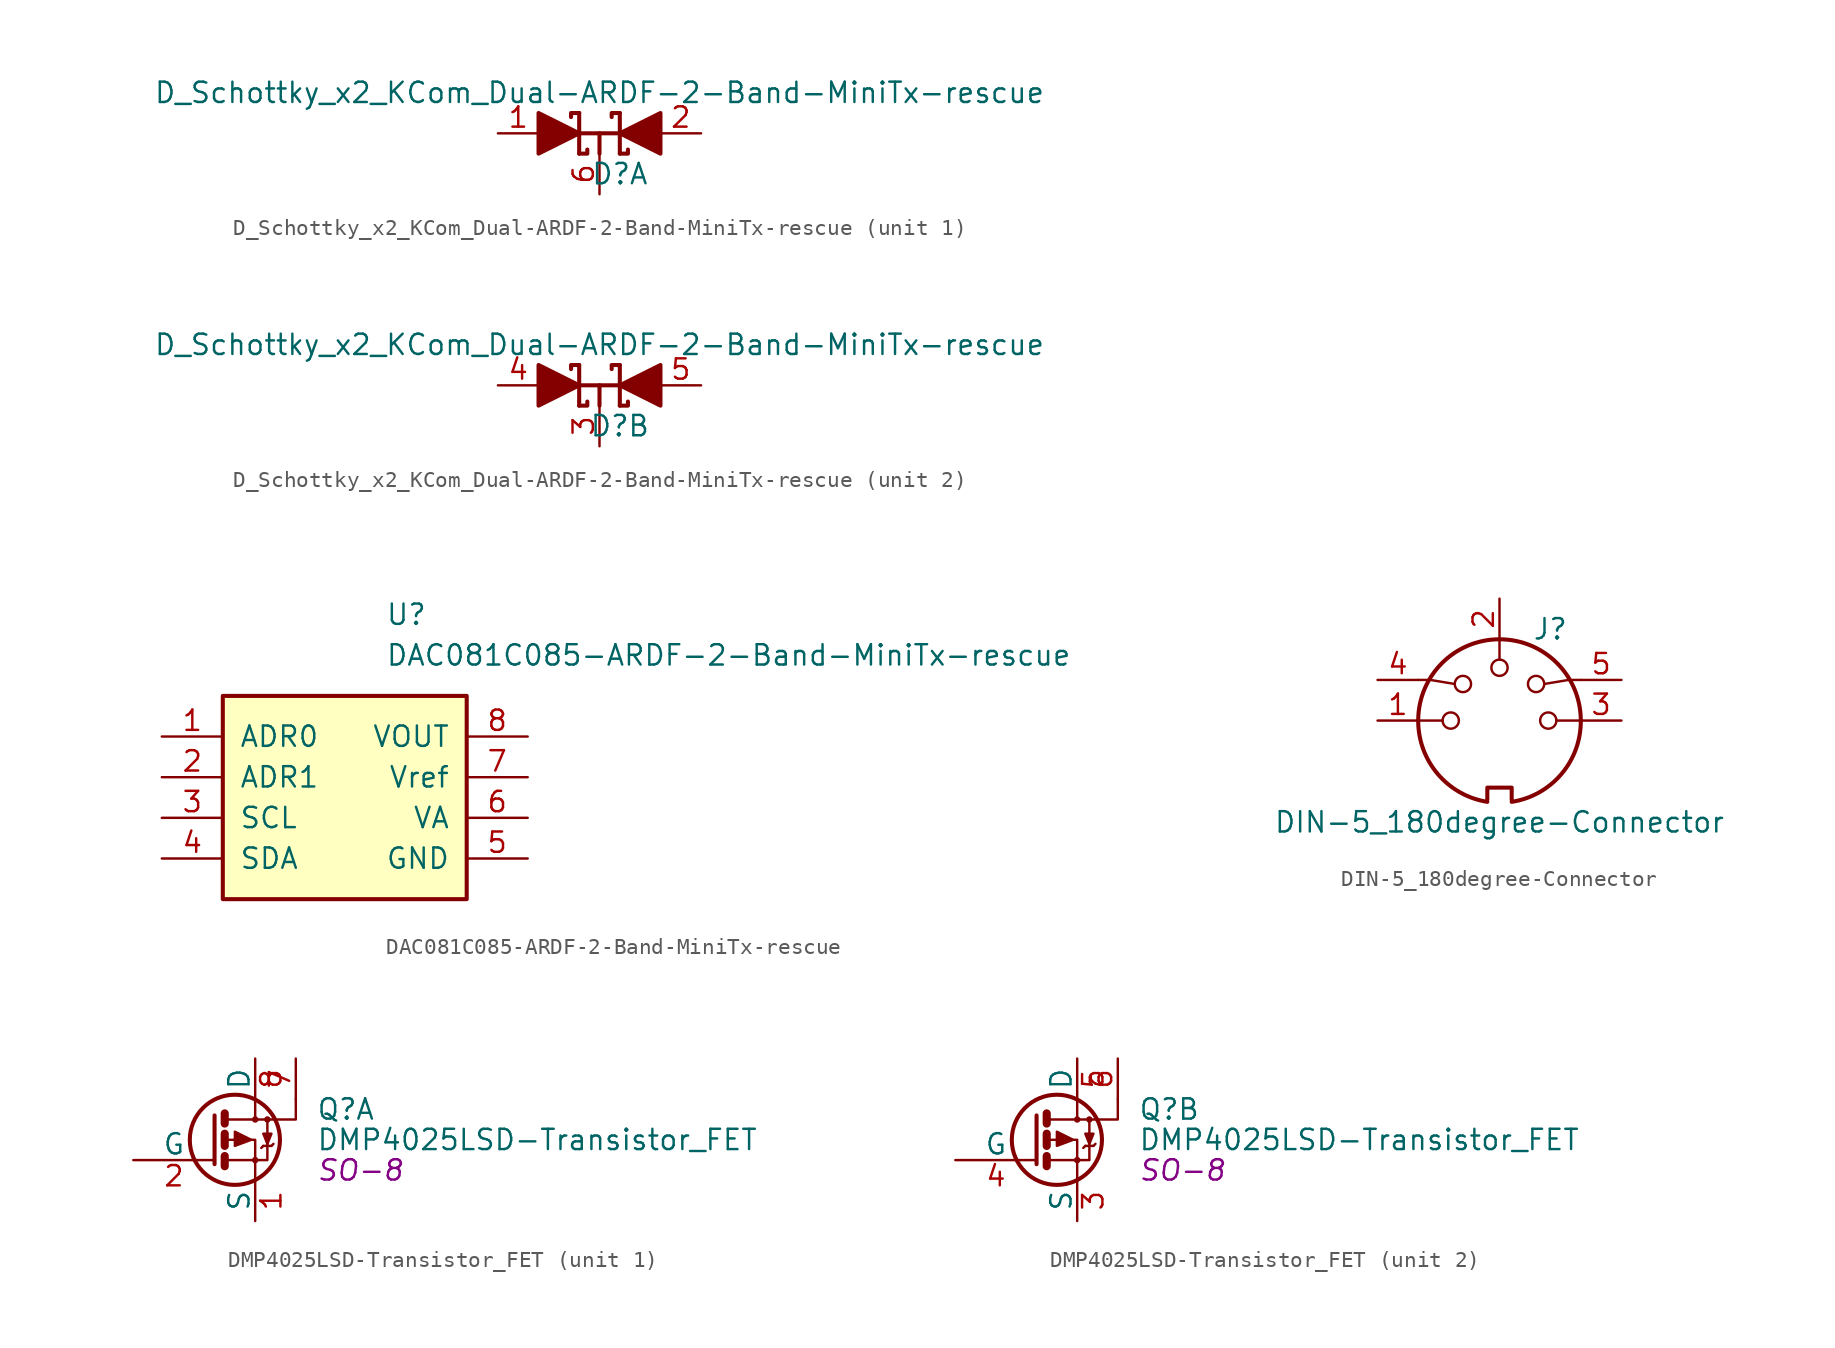
<source format=kicad_sym>
(kicad_symbol_lib
  (version 20211014)
  (generator kicad_symbol_editor)
  (symbol "D_Schottky_x2_KCom_Dual-ARDF-2-Band-MiniTx-rescue"
    (pin_names
      (offset 0.762) hide)
    (property "Reference" "D"
      (at 1.27 -2.54 0)
      (effects (font (size 1.27 1.27))))
    (property "Value" "D_Schottky_x2_KCom_Dual-ARDF-2-Band-MiniTx-rescue"
      (at 0 2.54 0)
      (effects (font (size 1.27 1.27))))
    (property "Footprint" ""
      (at 0 0 0)
      (effects (font (size 1.27 1.27))))
    (property "Datasheet" ""
      (at 0 0 0)
      (effects (font (size 1.27 1.27))))
    (property "ki_locked" ""
      (at 0 0 0)
      (effects (font (size 1.27 1.27))))
    (symbol "D_Schottky_x2_KCom_Dual-ARDF-2-Band-MiniTx-rescue_0_1"
      (polyline (pts (xy 0 -1.27) (xy 0 0)) (stroke (width 0.254) (type default) (color 0 0 0 0)) (fill (type none)))
      (polyline (pts (xy -1.27 -1.27) (xy -1.27 1.27) (xy -1.27 1.27)) (stroke (width 0.254) (type default) (color 0 0 0 0)) (fill (type none)))
      (polyline (pts (xy -1.27 0) (xy 1.27 0) (xy 1.27 0)) (stroke (width 0.254) (type default) (color 0 0 0 0)) (fill (type none)))
      (polyline (pts (xy 1.27 -1.27) (xy 1.27 1.27) (xy 1.27 1.27)) (stroke (width 0.254) (type default) (color 0 0 0 0)) (fill (type none)))
      (polyline (pts (xy -1.27 -1.27) (xy -0.762 -1.27) (xy -0.762 -1.016) (xy -0.762 -1.016)) (stroke (width 0.254) (type default) (color 0 0 0 0)) (fill (type none)))
      (polyline (pts (xy 1.27 -1.27) (xy 1.778 -1.27) (xy 1.778 -1.016) (xy 1.778 -1.016)) (stroke (width 0.254) (type default) (color 0 0 0 0)) (fill (type none)))
      (polyline (pts (xy 1.27 1.27) (xy 0.762 1.27) (xy 0.762 1.016) (xy 0.762 1.016)) (stroke (width 0.254) (type default) (color 0 0 0 0)) (fill (type none)))
      (polyline (pts (xy -1.778 1.016) (xy -1.778 1.27) (xy -1.27 1.27) (xy -1.27 1.27) (xy -1.27 1.27)) (stroke (width 0.254) (type default) (color 0 0 0 0)) (fill (type none)))
      (polyline (pts (xy -3.81 1.27) (xy -1.27 0) (xy -3.81 -1.27) (xy -3.81 1.27) (xy -3.81 1.27) (xy -3.81 1.27)) (stroke (width 0.254) (type default) (color 0 0 0 0)) (fill (type outline)))
      (polyline (pts (xy 3.81 -1.27) (xy 1.27 0) (xy 3.81 1.27) (xy 3.81 -1.27) (xy 3.81 -1.27) (xy 3.81 -1.27)) (stroke (width 0.254) (type default) (color 0 0 0 0)) (fill (type outline))))
    (symbol "D_Schottky_x2_KCom_Dual-ARDF-2-Band-MiniTx-rescue_1_1"
      (pin passive line (at -6.35 0 0) (length 2.54) (name "A2" (effects (font (size 1.27 1.27)))) (number "1" (effects (font (size 1.27 1.27)))))
      (pin passive line (at 6.35 0 180) (length 2.54) (name "A2" (effects (font (size 1.27 1.27)))) (number "2" (effects (font (size 1.27 1.27)))))
      (pin passive line (at 0 -3.81 90) (length 2.54) (name "C2" (effects (font (size 1.27 1.27)))) (number "6" (effects (font (size 1.27 1.27))))))
    (symbol "D_Schottky_x2_KCom_Dual-ARDF-2-Band-MiniTx-rescue_2_1"
      (pin passive line (at 0 -3.81 90) (length 2.54) (name "C1" (effects (font (size 1.27 1.27)))) (number "3" (effects (font (size 1.27 1.27)))))
      (pin passive line (at -6.35 0 0) (length 2.54) (name "A1" (effects (font (size 1.27 1.27)))) (number "4" (effects (font (size 1.27 1.27)))))
      (pin passive line (at 6.35 0 180) (length 2.54) (name "A1" (effects (font (size 1.27 1.27)))) (number "5" (effects (font (size 1.27 1.27)))))))
  (symbol "DAC081C085-ARDF-2-Band-MiniTx-rescue"
    (pin_names
      (offset 1.016))
    (property "Reference" "U"
      (at 3.81 11.43 0)
      (effects (font (size 1.27 1.27)) (justify left)))
    (property "Value" "DAC081C085-ARDF-2-Band-MiniTx-rescue"
      (at 3.81 8.89 0)
      (effects (font (size 1.27 1.27)) (justify left)))
    (property "Footprint" ""
      (at 0 0 0)
      (effects (font (size 1.27 1.27) italic)))
    (property "Datasheet" ""
      (at 0 0 0)
      (effects (font (size 1.27 1.27))))
    (symbol "DAC081C085-ARDF-2-Band-MiniTx-rescue_0_1"
      (rectangle (start -6.35 -6.35) (end 8.89 6.35) (stroke (width 0.254) (type default) (color 0 0 0 0)) (fill (type background))))
    (symbol "DAC081C085-ARDF-2-Band-MiniTx-rescue_1_1"
      (pin input line (at -10.16 3.81 0) (length 3.81) (name "ADR0" (effects (font (size 1.27 1.27)))) (number "1" (effects (font (size 1.27 1.27)))))
      (pin input line (at -10.16 1.27 0) (length 3.81) (name "ADR1" (effects (font (size 1.27 1.27)))) (number "2" (effects (font (size 1.27 1.27)))))
      (pin input line (at -10.16 -1.27 0) (length 3.81) (name "SCL" (effects (font (size 1.27 1.27)))) (number "3" (effects (font (size 1.27 1.27)))))
      (pin input line (at -10.16 -3.81 0) (length 3.81) (name "SDA" (effects (font (size 1.27 1.27)))) (number "4" (effects (font (size 1.27 1.27)))))
      (pin power_in line (at 12.7 -3.81 180) (length 3.81) (name "GND" (effects (font (size 1.27 1.27)))) (number "5" (effects (font (size 1.27 1.27)))))
      (pin input line (at 12.7 -1.27 180) (length 3.81) (name "VA" (effects (font (size 1.27 1.27)))) (number "6" (effects (font (size 1.27 1.27)))))
      (pin input line (at 12.7 1.27 180) (length 3.81) (name "Vref" (effects (font (size 1.27 1.27)))) (number "7" (effects (font (size 1.27 1.27)))))
      (pin output line (at 12.7 3.81 180) (length 3.81) (name "VOUT" (effects (font (size 1.27 1.27)))) (number "8" (effects (font (size 1.27 1.27)))))))
  (symbol "DIN-5_180degree-Connector"
    (pin_names
      (offset 1.016))
    (property "Reference" "J"
      (at 3.175 5.715 0)
      (effects (font (size 1.27 1.27))))
    (property "Value" "DIN-5_180degree-Connector"
      (at 0 -6.35 0)
      (effects (font (size 1.27 1.27))))
    (symbol "DIN-5_180degree-Connector_0_1"
      (arc (start -5.08 0) (mid -3.8609 -3.3364) (end -0.762 -5.08) (stroke (width 0.254) (type default) (color 0 0 0 0)) (fill (type none)))
      (circle (center -3.048 0) (radius 0.508) (stroke (width 0) (type default) (color 0 0 0 0)) (fill (type none)))
      (circle (center -2.286 2.286) (radius 0.508) (stroke (width 0) (type default) (color 0 0 0 0)) (fill (type none)))
      (polyline (pts (xy -5.08 0) (xy -3.556 0)) (stroke (width 0) (type default) (color 0 0 0 0)) (fill (type none)))
      (polyline (pts (xy 0 5.08) (xy 0 3.81)) (stroke (width 0) (type default) (color 0 0 0 0)) (fill (type none)))
      (polyline (pts (xy 5.08 0) (xy 3.556 0)) (stroke (width 0) (type default) (color 0 0 0 0)) (fill (type none)))
      (polyline (pts (xy -5.08 2.54) (xy -4.318 2.54) (xy -2.794 2.286)) (stroke (width 0) (type default) (color 0 0 0 0)) (fill (type none)))
      (polyline (pts (xy 5.08 2.54) (xy 4.318 2.54) (xy 2.794 2.286)) (stroke (width 0) (type default) (color 0 0 0 0)) (fill (type none)))
      (polyline (pts (xy -0.762 -4.953) (xy -0.762 -4.191) (xy 0.762 -4.191) (xy 0.762 -4.953)) (stroke (width 0.254) (type default) (color 0 0 0 0)) (fill (type none)))
      (circle (center 0 3.302) (radius 0.508) (stroke (width 0) (type default) (color 0 0 0 0)) (fill (type none)))
      (arc (start 0.762 -5.08) (mid 3.8685 -3.343) (end 5.08 0) (stroke (width 0.254) (type default) (color 0 0 0 0)) (fill (type none)))
      (circle (center 2.286 2.286) (radius 0.508) (stroke (width 0) (type default) (color 0 0 0 0)) (fill (type none)))
      (circle (center 3.048 0) (radius 0.508) (stroke (width 0) (type default) (color 0 0 0 0)) (fill (type none)))
      (arc (start 5.08 0) (mid 0 5.08) (end -5.08 0) (stroke (width 0.254) (type default) (color 0 0 0 0)) (fill (type none))))
    (symbol "DIN-5_180degree-Connector_1_1"
      (pin passive line (at -7.62 0 0) (length 2.54) (name "~" (effects (font (size 1.27 1.27)))) (number "1" (effects (font (size 1.27 1.27)))))
      (pin passive line (at 0 7.62 270) (length 2.54) (name "~" (effects (font (size 1.27 1.27)))) (number "2" (effects (font (size 1.27 1.27)))))
      (pin passive line (at 7.62 0 180) (length 2.54) (name "~" (effects (font (size 1.27 1.27)))) (number "3" (effects (font (size 1.27 1.27)))))
      (pin passive line (at -7.62 2.54 0) (length 2.54) (name "~" (effects (font (size 1.27 1.27)))) (number "4" (effects (font (size 1.27 1.27)))))
      (pin passive line (at 7.62 2.54 180) (length 2.54) (name "~" (effects (font (size 1.27 1.27)))) (number "5" (effects (font (size 1.27 1.27)))))
      (pin passive line (at 5.08 -2.54 180) (length 5.08) hide (name "E" (effects (font (size 1.27 1.27)))) (number "E" (effects (font (size 1.27 1.27)))))))
  (symbol "DMP4025LSD-Transistor_FET"
    (pin_names
      (offset 0))
    (property "Reference" "Q"
      (at 6.35 1.905 0)
      (effects (font (size 1.27 1.27)) (justify left)))
    (property "Value" "DMP4025LSD-Transistor_FET"
      (at 6.35 0 0)
      (effects (font (size 1.27 1.27)) (justify left)))
    (property "Footprint" "SO-8"
      (at 6.35 -1.905 0)
      (effects (font (size 1.27 1.27) italic) (justify left)))
    (property "Datasheet" ""
      (at 0 0 0)
      (effects (font (size 1.27 1.27)) (justify left)))
    (symbol "DMP4025LSD-Transistor_FET_0_1"
      (polyline (pts (xy 0.635 -1.016) (xy 0.635 -1.651)) (stroke (width 0.508) (type default) (color 0 0 0 0)) (fill (type none)))
      (polyline (pts (xy 0.635 0.381) (xy 0.635 -0.381)) (stroke (width 0.508) (type default) (color 0 0 0 0)) (fill (type none)))
      (polyline (pts (xy 0.635 1.651) (xy 0.635 1.016)) (stroke (width 0.508) (type default) (color 0 0 0 0)) (fill (type none)))
      (polyline (pts (xy 3.048 -0.381) (xy 2.921 -0.508)) (stroke (width 0) (type default) (color 0 0 0 0)) (fill (type none)))
      (polyline (pts (xy 3.048 -0.381) (xy 3.556 -0.381)) (stroke (width 0) (type default) (color 0 0 0 0)) (fill (type none)))
      (polyline (pts (xy 3.556 -0.381) (xy 3.683 -0.254)) (stroke (width 0) (type default) (color 0 0 0 0)) (fill (type none)))
      (polyline (pts (xy 0 1.524) (xy 0 -1.524) (xy 0 -1.524)) (stroke (width 0.254) (type default) (color 0 0 0 0)) (fill (type none)))
      (polyline (pts (xy 5.08 2.54) (xy 5.08 1.27) (xy 3.302 1.27)) (stroke (width 0) (type default) (color 0 0 0 0)) (fill (type none)))
      (polyline (pts (xy 0.762 -1.27) (xy 2.54 -1.27) (xy 2.54 -2.54) (xy 2.54 -2.54)) (stroke (width 0) (type default) (color 0 0 0 0)) (fill (type none)))
      (polyline (pts (xy 0.762 1.27) (xy 2.54 1.27) (xy 2.54 2.54) (xy 2.54 2.54)) (stroke (width 0) (type default) (color 0 0 0 0)) (fill (type none)))
      (polyline (pts (xy 1.27 -0.381) (xy 1.27 0.508) (xy 2.286 0) (xy 1.27 -0.381)) (stroke (width 0) (type default) (color 0 0 0 0)) (fill (type outline)))
      (polyline (pts (xy 2.54 1.27) (xy 3.302 1.27) (xy 3.302 -1.27) (xy 2.54 -1.27)) (stroke (width 0) (type default) (color 0 0 0 0)) (fill (type none)))
      (polyline (pts (xy 0.762 0) (xy 1.27 0) (xy 2.54 0) (xy 2.54 -1.27) (xy 2.54 -1.27)) (stroke (width 0) (type default) (color 0 0 0 0)) (fill (type none)))
      (polyline (pts (xy 3.048 0.381) (xy 3.556 0.381) (xy 3.302 -0.254) (xy 3.048 0.381) (xy 3.175 0.254)) (stroke (width 0) (type default) (color 0 0 0 0)) (fill (type outline)))
      (circle (center 1.27 0) (radius 2.819) (stroke (width 0.254) (type default) (color 0 0 0 0)) (fill (type none)))
      (circle (center 2.54 -1.27) (radius 0.127) (stroke (width 0) (type default) (color 0 0 0 0)) (fill (type none)))
      (circle (center 2.54 1.27) (radius 0.127) (stroke (width 0) (type default) (color 0 0 0 0)) (fill (type none)))
      (circle (center 3.302 1.27) (radius 0.127) (stroke (width 0) (type default) (color 0 0 0 0)) (fill (type none))))
    (symbol "DMP4025LSD-Transistor_FET_1_1"
      (pin passive line (at 2.54 -5.08 90) (length 2.54) (name "S" (effects (font (size 1.27 1.27)))) (number "1" (effects (font (size 1.27 1.27)))))
      (pin passive line (at -5.08 -1.27 0) (length 5.08) (name "G" (effects (font (size 1.27 1.27)))) (number "2" (effects (font (size 1.27 1.27)))))
      (pin passive line (at 5.08 5.08 270) (length 2.54) (name "~" (effects (font (size 1.27 1.27)))) (number "7" (effects (font (size 1.27 1.27)))))
      (pin passive line (at 2.54 5.08 270) (length 2.54) (name "D" (effects (font (size 1.27 1.27)))) (number "8" (effects (font (size 1.27 1.27))))))
    (symbol "DMP4025LSD-Transistor_FET_2_1"
      (pin passive line (at 2.54 -5.08 90) (length 2.54) (name "S" (effects (font (size 1.27 1.27)))) (number "3" (effects (font (size 1.27 1.27)))))
      (pin passive line (at -5.08 -1.27 0) (length 5.08) (name "G" (effects (font (size 1.27 1.27)))) (number "4" (effects (font (size 1.27 1.27)))))
      (pin passive line (at 2.54 5.08 270) (length 2.54) (name "D" (effects (font (size 1.27 1.27)))) (number "5" (effects (font (size 1.27 1.27)))))
      (pin passive line (at 5.08 5.08 270) (length 2.54) (name "~" (effects (font (size 1.27 1.27)))) (number "6" (effects (font (size 1.27 1.27))))))))
</source>
